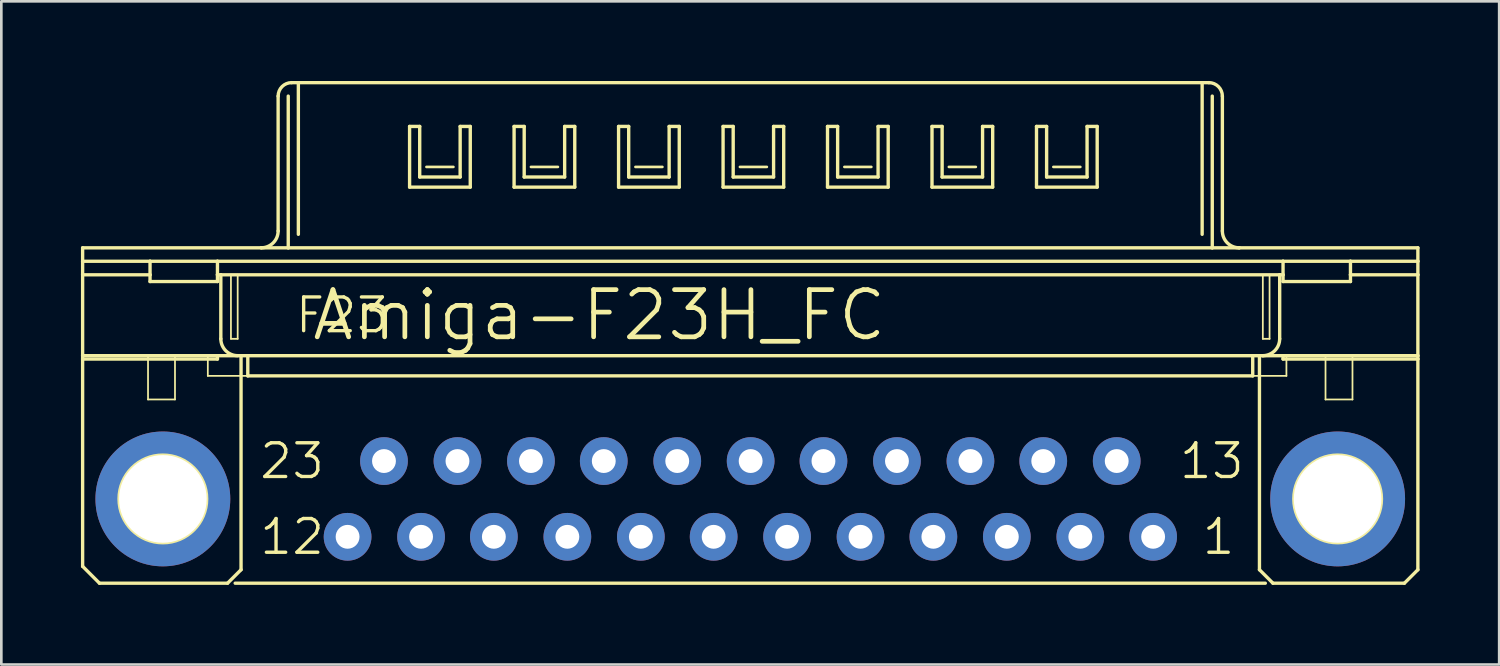
<source format=kicad_pcb>
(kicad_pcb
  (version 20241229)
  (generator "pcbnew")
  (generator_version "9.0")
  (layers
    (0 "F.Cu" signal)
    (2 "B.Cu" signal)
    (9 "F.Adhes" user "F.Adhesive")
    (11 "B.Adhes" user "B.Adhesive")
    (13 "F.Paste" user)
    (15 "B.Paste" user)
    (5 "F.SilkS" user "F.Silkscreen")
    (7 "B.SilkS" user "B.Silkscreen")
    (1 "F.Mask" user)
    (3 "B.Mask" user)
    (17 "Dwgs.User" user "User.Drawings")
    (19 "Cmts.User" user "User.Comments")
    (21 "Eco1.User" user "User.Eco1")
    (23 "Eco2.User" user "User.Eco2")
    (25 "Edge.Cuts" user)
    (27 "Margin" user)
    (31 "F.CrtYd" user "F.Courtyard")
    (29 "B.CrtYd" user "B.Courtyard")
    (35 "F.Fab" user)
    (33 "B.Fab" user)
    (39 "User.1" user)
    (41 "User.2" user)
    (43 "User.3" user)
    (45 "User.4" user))
  (footprint "Amiga-F23H_FC"
    (layer "F.Cu")
    (at 25.217 15.748)
    (property "Reference" "Amiga-F23H_FC" (at -5.69 -6.921 0) (layer "F.SilkS") (effects (font (size 1.778 1.778) (thickness 0.178))))
    (attr exclude_from_pos_files exclude_from_bom)
    (fp_line (start -25.154 -9.461) (end -18.423 -9.461) (stroke (width 0.127) (type solid)) (layer "F.SilkS"))
    (fp_line (start -25.154 -8.954) (end -25.154 -9.461) (stroke (width 0.127) (type solid)) (layer "F.SilkS"))
    (fp_line (start -25.154 -8.954) (end -22.614 -8.954) (stroke (width 0.127) (type solid)) (layer "F.SilkS"))
    (fp_line (start -25.154 -8.445) (end -25.154 -8.954) (stroke (width 0.127) (type solid)) (layer "F.SilkS"))
    (fp_line (start -25.154 -8.445) (end -22.614 -8.445) (stroke (width 0.127) (type solid)) (layer "F.SilkS"))
    (fp_line (start -25.154 -5.397) (end -25.154 -8.445) (stroke (width 0.127) (type solid)) (layer "F.SilkS"))
    (fp_line (start -25.154 -5.397) (end -25.154 -5.271) (stroke (width 0.127) (type solid)) (layer "F.SilkS"))
    (fp_line (start -25.154 -5.397) (end -20.074 -5.397) (stroke (width 0.127) (type solid)) (layer "F.SilkS"))
    (fp_line (start -25.154 -5.271) (end -20.074 -5.271) (stroke (width 0.127) (type solid)) (layer "F.SilkS"))
    (fp_line (start -25.154 2.54) (end -25.154 -5.271) (stroke (width 0.127) (type solid)) (layer "F.SilkS"))
    (fp_line (start -24.519 3.175) (end -25.154 2.54) (stroke (width 0.127) (type solid)) (layer "F.SilkS"))
    (fp_line (start -22.69 -5.397) (end -21.674 -5.397) (stroke (width 0.066) (type solid)) (layer "F.SilkS"))
    (fp_line (start -22.69 -3.747) (end -22.69 -5.397) (stroke (width 0.066) (type solid)) (layer "F.SilkS"))
    (fp_line (start -22.69 -3.747) (end -21.674 -3.747) (stroke (width 0.066) (type solid)) (layer "F.SilkS"))
    (fp_line (start -22.614 -8.954) (end -20.074 -8.954) (stroke (width 0.127) (type solid)) (layer "F.SilkS"))
    (fp_line (start -22.614 -8.445) (end -22.614 -8.954) (stroke (width 0.127) (type solid)) (layer "F.SilkS"))
    (fp_line (start -22.614 -8.445) (end -22.614 -8.191) (stroke (width 0.127) (type solid)) (layer "F.SilkS"))
    (fp_line (start -22.614 -8.191) (end -20.074 -8.191) (stroke (width 0.127) (type solid)) (layer "F.SilkS"))
    (fp_line (start -21.674 -3.747) (end -21.674 -5.397) (stroke (width 0.066) (type solid)) (layer "F.SilkS"))
    (fp_line (start -20.437 -5.397) (end 20.201 -5.397) (stroke (width 0.066) (type solid)) (layer "F.SilkS"))
    (fp_line (start -20.437 -4.636) (end -20.437 -5.397) (stroke (width 0.066) (type solid)) (layer "F.SilkS"))
    (fp_line (start -20.437 -4.636) (end 20.201 -4.636) (stroke (width 0.066) (type solid)) (layer "F.SilkS"))
    (fp_line (start -20.074 -8.954) (end 20.074 -8.954) (stroke (width 0.127) (type solid)) (layer "F.SilkS"))
    (fp_line (start -20.074 -8.445) (end -20.074 -8.954) (stroke (width 0.127) (type solid)) (layer "F.SilkS"))
    (fp_line (start -20.074 -8.445) (end -19.947 -8.445) (stroke (width 0.127) (type solid)) (layer "F.SilkS"))
    (fp_line (start -20.074 -8.191) (end -20.074 -8.445) (stroke (width 0.127) (type solid)) (layer "F.SilkS"))
    (fp_line (start -20.074 -5.397) (end -19.185 -5.397) (stroke (width 0.127) (type solid)) (layer "F.SilkS"))
    (fp_line (start -20.074 -5.271) (end -20.074 -5.397) (stroke (width 0.127) (type solid)) (layer "F.SilkS"))
    (fp_line (start -19.947 -8.445) (end 19.947 -8.445) (stroke (width 0.127) (type solid)) (layer "F.SilkS"))
    (fp_line (start -19.947 -6.032) (end -19.947 -8.445) (stroke (width 0.127) (type solid)) (layer "F.SilkS"))
    (fp_line (start -19.693 3.175) (end -24.519 3.175) (stroke (width 0.127) (type solid)) (layer "F.SilkS"))
    (fp_line (start -19.693 3.175) (end -19.185 2.667) (stroke (width 0.127) (type solid)) (layer "F.SilkS"))
    (fp_line (start -19.566 -8.445) (end -19.312 -8.445) (stroke (width 0.066) (type solid)) (layer "F.SilkS"))
    (fp_line (start -19.566 -6.032) (end -19.566 -8.445) (stroke (width 0.066) (type solid)) (layer "F.SilkS"))
    (fp_line (start -19.566 -6.032) (end -19.312 -6.032) (stroke (width 0.066) (type solid)) (layer "F.SilkS"))
    (fp_line (start -19.406 3.175) (end 19.406 3.175) (stroke (width 0.127) (type solid)) (layer "F.SilkS"))
    (fp_line (start -19.312 -6.032) (end -19.312 -8.445) (stroke (width 0.066) (type solid)) (layer "F.SilkS"))
    (fp_line (start -19.185 -5.397) (end -18.931 -5.397) (stroke (width 0.127) (type solid)) (layer "F.SilkS"))
    (fp_line (start -19.185 2.667) (end -19.185 -5.397) (stroke (width 0.127) (type solid)) (layer "F.SilkS"))
    (fp_line (start -18.931 -5.397) (end -18.931 -4.636) (stroke (width 0.127) (type solid)) (layer "F.SilkS"))
    (fp_line (start -18.931 -5.397) (end 18.931 -5.397) (stroke (width 0.127) (type solid)) (layer "F.SilkS"))
    (fp_line (start -18.931 -4.636) (end 18.931 -4.636) (stroke (width 0.127) (type solid)) (layer "F.SilkS"))
    (fp_line (start -18.423 -9.461) (end -17.407 -9.461) (stroke (width 0.127) (type solid)) (layer "F.SilkS"))
    (fp_line (start -17.788 -10.097) (end -17.788 -15.177) (stroke (width 0.127) (type solid)) (layer "F.SilkS"))
    (fp_line (start -17.407 -9.461) (end -17.407 -15.177) (stroke (width 0.127) (type solid)) (layer "F.SilkS"))
    (fp_line (start -17.407 -9.461) (end 17.407 -9.461) (stroke (width 0.127) (type solid)) (layer "F.SilkS"))
    (fp_line (start -17.28 -15.684) (end -17.026 -15.684) (stroke (width 0.127) (type solid)) (layer "F.SilkS"))
    (fp_line (start -17.026 -15.684) (end 17.026 -15.684) (stroke (width 0.127) (type solid)) (layer "F.SilkS"))
    (fp_line (start -17.026 -9.97) (end -17.026 -15.684) (stroke (width 0.127) (type solid)) (layer "F.SilkS"))
    (fp_line (start -12.835 -14.034) (end -12.454 -14.034) (stroke (width 0.127) (type solid)) (layer "F.SilkS"))
    (fp_line (start -12.835 -11.748) (end -12.835 -14.034) (stroke (width 0.127) (type solid)) (layer "F.SilkS"))
    (fp_line (start -12.454 -14.034) (end -12.454 -12.129) (stroke (width 0.127) (type solid)) (layer "F.SilkS"))
    (fp_line (start -12.454 -12.129) (end -10.93 -12.129) (stroke (width 0.127) (type solid)) (layer "F.SilkS"))
    (fp_line (start -11.184 -12.509) (end -12.2 -12.509) (stroke (width 0.1) (type solid)) (layer "F.SilkS"))
    (fp_line (start -10.93 -14.034) (end -10.549 -14.034) (stroke (width 0.127) (type solid)) (layer "F.SilkS"))
    (fp_line (start -10.93 -12.129) (end -10.93 -14.034) (stroke (width 0.127) (type solid)) (layer "F.SilkS"))
    (fp_line (start -10.549 -14.034) (end -10.549 -11.748) (stroke (width 0.127) (type solid)) (layer "F.SilkS"))
    (fp_line (start -10.549 -11.748) (end -12.835 -11.748) (stroke (width 0.127) (type solid)) (layer "F.SilkS"))
    (fp_line (start -8.898 -14.034) (end -8.517 -14.034) (stroke (width 0.127) (type solid)) (layer "F.SilkS"))
    (fp_line (start -8.898 -11.748) (end -8.898 -14.034) (stroke (width 0.127) (type solid)) (layer "F.SilkS"))
    (fp_line (start -8.517 -14.034) (end -8.517 -12.129) (stroke (width 0.127) (type solid)) (layer "F.SilkS"))
    (fp_line (start -8.517 -12.129) (end -6.993 -12.129) (stroke (width 0.127) (type solid)) (layer "F.SilkS"))
    (fp_line (start -7.247 -12.509) (end -8.263 -12.509) (stroke (width 0.1) (type solid)) (layer "F.SilkS"))
    (fp_line (start -6.993 -14.034) (end -6.612 -14.034) (stroke (width 0.127) (type solid)) (layer "F.SilkS"))
    (fp_line (start -6.993 -12.129) (end -6.993 -14.034) (stroke (width 0.127) (type solid)) (layer "F.SilkS"))
    (fp_line (start -6.612 -14.034) (end -6.612 -11.748) (stroke (width 0.127) (type solid)) (layer "F.SilkS"))
    (fp_line (start -6.612 -11.748) (end -8.898 -11.748) (stroke (width 0.127) (type solid)) (layer "F.SilkS"))
    (fp_line (start -4.961 -14.034) (end -4.58 -14.034) (stroke (width 0.127) (type solid)) (layer "F.SilkS"))
    (fp_line (start -4.961 -11.748) (end -4.961 -14.034) (stroke (width 0.127) (type solid)) (layer "F.SilkS"))
    (fp_line (start -4.58 -14.034) (end -4.58 -12.129) (stroke (width 0.127) (type solid)) (layer "F.SilkS"))
    (fp_line (start -4.58 -12.129) (end -3.056 -12.129) (stroke (width 0.127) (type solid)) (layer "F.SilkS"))
    (fp_line (start -3.31 -12.509) (end -4.326 -12.509) (stroke (width 0.1) (type solid)) (layer "F.SilkS"))
    (fp_line (start -3.056 -14.034) (end -2.675 -14.034) (stroke (width 0.127) (type solid)) (layer "F.SilkS"))
    (fp_line (start -3.056 -12.129) (end -3.056 -14.034) (stroke (width 0.127) (type solid)) (layer "F.SilkS"))
    (fp_line (start -2.675 -14.034) (end -2.675 -11.748) (stroke (width 0.127) (type solid)) (layer "F.SilkS"))
    (fp_line (start -2.675 -11.748) (end -4.961 -11.748) (stroke (width 0.127) (type solid)) (layer "F.SilkS"))
    (fp_line (start -1.024 -14.034) (end -0.643 -14.034) (stroke (width 0.127) (type solid)) (layer "F.SilkS"))
    (fp_line (start -1.024 -11.748) (end -1.024 -14.034) (stroke (width 0.127) (type solid)) (layer "F.SilkS"))
    (fp_line (start -0.643 -14.034) (end -0.643 -12.129) (stroke (width 0.127) (type solid)) (layer "F.SilkS"))
    (fp_line (start -0.643 -12.129) (end 0.879 -12.129) (stroke (width 0.127) (type solid)) (layer "F.SilkS"))
    (fp_line (start 0.625 -12.509) (end -0.389 -12.509) (stroke (width 0.1) (type solid)) (layer "F.SilkS"))
    (fp_line (start 0.879 -14.034) (end 1.26 -14.034) (stroke (width 0.127) (type solid)) (layer "F.SilkS"))
    (fp_line (start 0.879 -12.129) (end 0.879 -14.034) (stroke (width 0.127) (type solid)) (layer "F.SilkS"))
    (fp_line (start 1.26 -14.034) (end 1.26 -11.748) (stroke (width 0.127) (type solid)) (layer "F.SilkS"))
    (fp_line (start 1.26 -11.748) (end -1.024 -11.748) (stroke (width 0.127) (type solid)) (layer "F.SilkS"))
    (fp_line (start 2.911 -14.034) (end 3.292 -14.034) (stroke (width 0.127) (type solid)) (layer "F.SilkS"))
    (fp_line (start 2.911 -11.748) (end 2.911 -14.034) (stroke (width 0.127) (type solid)) (layer "F.SilkS"))
    (fp_line (start 3.292 -14.034) (end 3.292 -12.129) (stroke (width 0.127) (type solid)) (layer "F.SilkS"))
    (fp_line (start 3.292 -12.129) (end 4.816 -12.129) (stroke (width 0.127) (type solid)) (layer "F.SilkS"))
    (fp_line (start 4.562 -12.509) (end 3.546 -12.509) (stroke (width 0.1) (type solid)) (layer "F.SilkS"))
    (fp_line (start 4.816 -14.034) (end 5.197 -14.034) (stroke (width 0.127) (type solid)) (layer "F.SilkS"))
    (fp_line (start 4.816 -12.129) (end 4.816 -14.034) (stroke (width 0.127) (type solid)) (layer "F.SilkS"))
    (fp_line (start 5.197 -14.034) (end 5.197 -11.748) (stroke (width 0.127) (type solid)) (layer "F.SilkS"))
    (fp_line (start 5.197 -11.748) (end 2.911 -11.748) (stroke (width 0.127) (type solid)) (layer "F.SilkS"))
    (fp_line (start 6.848 -14.034) (end 7.229 -14.034) (stroke (width 0.127) (type solid)) (layer "F.SilkS"))
    (fp_line (start 6.848 -11.748) (end 6.848 -14.034) (stroke (width 0.127) (type solid)) (layer "F.SilkS"))
    (fp_line (start 7.229 -14.034) (end 7.229 -12.129) (stroke (width 0.127) (type solid)) (layer "F.SilkS"))
    (fp_line (start 7.229 -12.129) (end 8.753 -12.129) (stroke (width 0.127) (type solid)) (layer "F.SilkS"))
    (fp_line (start 8.499 -12.509) (end 7.483 -12.509) (stroke (width 0.1) (type solid)) (layer "F.SilkS"))
    (fp_line (start 8.753 -14.034) (end 9.134 -14.034) (stroke (width 0.127) (type solid)) (layer "F.SilkS"))
    (fp_line (start 8.753 -12.129) (end 8.753 -14.034) (stroke (width 0.127) (type solid)) (layer "F.SilkS"))
    (fp_line (start 9.134 -14.034) (end 9.134 -11.748) (stroke (width 0.127) (type solid)) (layer "F.SilkS"))
    (fp_line (start 9.134 -11.748) (end 6.848 -11.748) (stroke (width 0.127) (type solid)) (layer "F.SilkS"))
    (fp_line (start 10.785 -14.034) (end 11.166 -14.034) (stroke (width 0.127) (type solid)) (layer "F.SilkS"))
    (fp_line (start 10.785 -11.748) (end 10.785 -14.034) (stroke (width 0.127) (type solid)) (layer "F.SilkS"))
    (fp_line (start 11.166 -14.034) (end 11.166 -12.129) (stroke (width 0.127) (type solid)) (layer "F.SilkS"))
    (fp_line (start 11.166 -12.129) (end 12.69 -12.129) (stroke (width 0.127) (type solid)) (layer "F.SilkS"))
    (fp_line (start 12.436 -12.509) (end 11.42 -12.509) (stroke (width 0.1) (type solid)) (layer "F.SilkS"))
    (fp_line (start 12.69 -14.034) (end 13.071 -14.034) (stroke (width 0.127) (type solid)) (layer "F.SilkS"))
    (fp_line (start 12.69 -12.129) (end 12.69 -14.034) (stroke (width 0.127) (type solid)) (layer "F.SilkS"))
    (fp_line (start 13.071 -14.034) (end 13.071 -11.748) (stroke (width 0.127) (type solid)) (layer "F.SilkS"))
    (fp_line (start 13.071 -11.748) (end 10.785 -11.748) (stroke (width 0.127) (type solid)) (layer "F.SilkS"))
    (fp_line (start 17.026 -15.684) (end 17.28 -15.684) (stroke (width 0.127) (type solid)) (layer "F.SilkS"))
    (fp_line (start 17.026 -9.97) (end 17.026 -15.684) (stroke (width 0.127) (type solid)) (layer "F.SilkS"))
    (fp_line (start 17.407 -9.461) (end 17.407 -15.177) (stroke (width 0.127) (type solid)) (layer "F.SilkS"))
    (fp_line (start 17.407 -9.461) (end 18.423 -9.461) (stroke (width 0.127) (type solid)) (layer "F.SilkS"))
    (fp_line (start 17.788 -10.097) (end 17.788 -15.177) (stroke (width 0.127) (type solid)) (layer "F.SilkS"))
    (fp_line (start 18.423 -9.461) (end 25.154 -9.461) (stroke (width 0.127) (type solid)) (layer "F.SilkS"))
    (fp_line (start 18.931 -5.397) (end 18.931 -4.636) (stroke (width 0.127) (type solid)) (layer "F.SilkS"))
    (fp_line (start 18.931 -5.397) (end 19.185 -5.397) (stroke (width 0.127) (type solid)) (layer "F.SilkS"))
    (fp_line (start 19.185 -5.397) (end 19.312 -5.397) (stroke (width 0.127) (type solid)) (layer "F.SilkS"))
    (fp_line (start 19.185 2.667) (end 19.185 -5.397) (stroke (width 0.127) (type solid)) (layer "F.SilkS"))
    (fp_line (start 19.185 2.667) (end 19.693 3.175) (stroke (width 0.127) (type solid)) (layer "F.SilkS"))
    (fp_line (start 19.312 -8.445) (end 19.566 -8.445) (stroke (width 0.066) (type solid)) (layer "F.SilkS"))
    (fp_line (start 19.312 -6.032) (end 19.312 -8.445) (stroke (width 0.066) (type solid)) (layer "F.SilkS"))
    (fp_line (start 19.312 -6.032) (end 19.566 -6.032) (stroke (width 0.066) (type solid)) (layer "F.SilkS"))
    (fp_line (start 19.312 -5.397) (end 20.074 -5.397) (stroke (width 0.127) (type solid)) (layer "F.SilkS"))
    (fp_line (start 19.566 -6.032) (end 19.566 -8.445) (stroke (width 0.066) (type solid)) (layer "F.SilkS"))
    (fp_line (start 19.693 3.175) (end 24.646 3.175) (stroke (width 0.127) (type solid)) (layer "F.SilkS"))
    (fp_line (start 19.947 -8.445) (end 20.074 -8.445) (stroke (width 0.127) (type solid)) (layer "F.SilkS"))
    (fp_line (start 19.947 -6.032) (end 19.947 -8.445) (stroke (width 0.127) (type solid)) (layer "F.SilkS"))
    (fp_line (start 20.074 -8.954) (end 22.614 -8.954) (stroke (width 0.127) (type solid)) (layer "F.SilkS"))
    (fp_line (start 20.074 -8.445) (end 20.074 -8.954) (stroke (width 0.127) (type solid)) (layer "F.SilkS"))
    (fp_line (start 20.074 -8.191) (end 20.074 -8.445) (stroke (width 0.127) (type solid)) (layer "F.SilkS"))
    (fp_line (start 20.074 -8.191) (end 22.614 -8.191) (stroke (width 0.127) (type solid)) (layer "F.SilkS"))
    (fp_line (start 20.074 -5.397) (end 25.154 -5.397) (stroke (width 0.127) (type solid)) (layer "F.SilkS"))
    (fp_line (start 20.074 -5.271) (end 20.074 -5.397) (stroke (width 0.127) (type solid)) (layer "F.SilkS"))
    (fp_line (start 20.074 -5.271) (end 25.154 -5.271) (stroke (width 0.127) (type solid)) (layer "F.SilkS"))
    (fp_line (start 20.201 -4.636) (end 20.201 -5.397) (stroke (width 0.066) (type solid)) (layer "F.SilkS"))
    (fp_line (start 21.674 -5.397) (end 22.69 -5.397) (stroke (width 0.066) (type solid)) (layer "F.SilkS"))
    (fp_line (start 21.674 -3.747) (end 21.674 -5.397) (stroke (width 0.066) (type solid)) (layer "F.SilkS"))
    (fp_line (start 21.674 -3.747) (end 22.69 -3.747) (stroke (width 0.066) (type solid)) (layer "F.SilkS"))
    (fp_line (start 22.614 -8.954) (end 25.154 -8.954) (stroke (width 0.127) (type solid)) (layer "F.SilkS"))
    (fp_line (start 22.614 -8.445) (end 22.614 -8.954) (stroke (width 0.127) (type solid)) (layer "F.SilkS"))
    (fp_line (start 22.614 -8.445) (end 22.614 -8.191) (stroke (width 0.127) (type solid)) (layer "F.SilkS"))
    (fp_line (start 22.614 -8.445) (end 25.154 -8.445) (stroke (width 0.127) (type solid)) (layer "F.SilkS"))
    (fp_line (start 22.69 -3.747) (end 22.69 -5.397) (stroke (width 0.066) (type solid)) (layer "F.SilkS"))
    (fp_line (start 24.646 3.175) (end 25.154 2.667) (stroke (width 0.127) (type solid)) (layer "F.SilkS"))
    (fp_line (start 25.154 -9.461) (end 25.154 -8.954) (stroke (width 0.127) (type solid)) (layer "F.SilkS"))
    (fp_line (start 25.154 -8.954) (end 25.154 -8.445) (stroke (width 0.127) (type solid)) (layer "F.SilkS"))
    (fp_line (start 25.154 -8.445) (end 25.154 -5.397) (stroke (width 0.127) (type solid)) (layer "F.SilkS"))
    (fp_line (start 25.154 -5.397) (end 25.154 -5.271) (stroke (width 0.127) (type solid)) (layer "F.SilkS"))
    (fp_line (start 25.154 2.667) (end 25.154 -5.271) (stroke (width 0.127) (type solid)) (layer "F.SilkS"))
    (fp_arc (start -19.31162 -5.3975) (mid -19.760633 -5.583487) (end -19.94662 -6.0325) (stroke (width 0.127) (type solid)) (layer "F.SilkS"))
    (fp_arc (start -17.78762 -15.1765) (mid -17.63883 -15.53571) (end -17.27962 -15.6845) (stroke (width 0.127) (type solid)) (layer "F.SilkS"))
    (fp_arc (start -17.78762 -10.0965) (mid -17.973607 -9.647487) (end -18.42262 -9.4615) (stroke (width 0.127) (type solid)) (layer "F.SilkS"))
    (fp_arc (start 17.27962 -15.6845) (mid 17.63883 -15.53571) (end 17.78762 -15.1765) (stroke (width 0.127) (type solid)) (layer "F.SilkS"))
    (fp_arc (start 18.42262 -9.4615) (mid 17.973607 -9.647487) (end 17.78762 -10.0965) (stroke (width 0.127) (type solid)) (layer "F.SilkS"))
    (fp_arc (start 19.94662 -6.0325) (mid 19.760633 -5.583487) (end 19.31162 -5.3975) (stroke (width 0.127) (type solid)) (layer "F.SilkS"))
    (fp_circle (center -22.131 0) (end -22.131 -1.651) (stroke (width 0.127) (type solid)) (fill no) (layer "F.SilkS"))
    (fp_circle (center 22.131 0) (end 22.131 -1.651) (stroke (width 0.127) (type solid)) (fill no) (layer "F.SilkS"))
    (fp_text user "12" (at -17.262 1.427 0) (layer "F.SilkS") (effects (font (size 1.27 1.27) (thickness 0.127))))
    (fp_text user "13" (at 17.389 -1.427 0) (layer "F.SilkS") (effects (font (size 1.27 1.27) (thickness 0.127))))
    (fp_text user "23" (at -17.262 -1.427 0) (layer "F.SilkS") (effects (font (size 1.27 1.27) (thickness 0.127))))
    (fp_text user "F23" (at -15.375 -6.921 0) (layer "F.SilkS") (effects (font (size 1.27 1.27) (thickness 0.127))))
    (fp_text user "1" (at 17.643 1.427 0) (layer "F.SilkS") (effects (font (size 1.27 1.27) (thickness 0.127))))
    (pad "1" thru_hole circle (at -15.171 1.427) (size 1.798 1.798) (drill 0.899) (layers "*.Cu" "*.Paste" "*.Mask"))
    (pad "2" thru_hole circle (at -12.403 1.427) (size 1.798 1.798) (drill 0.899) (layers "*.Cu" "*.Paste" "*.Mask"))
    (pad "3" thru_hole circle (at -9.66 1.427) (size 1.798 1.798) (drill 0.899) (layers "*.Cu" "*.Paste" "*.Mask"))
    (pad "4" thru_hole circle (at -6.891 1.427) (size 1.798 1.798) (drill 0.899) (layers "*.Cu" "*.Paste" "*.Mask"))
    (pad "5" thru_hole circle (at -4.122 1.427) (size 1.798 1.798) (drill 0.899) (layers "*.Cu" "*.Paste" "*.Mask"))
    (pad "6" thru_hole circle (at -1.379 1.427) (size 1.798 1.798) (drill 0.899) (layers "*.Cu" "*.Paste" "*.Mask"))
    (pad "7" thru_hole circle (at 1.387 1.427) (size 1.798 1.798) (drill 0.899) (layers "*.Cu" "*.Paste" "*.Mask"))
    (pad "8" thru_hole circle (at 4.155 1.427) (size 1.798 1.798) (drill 0.899) (layers "*.Cu" "*.Paste" "*.Mask"))
    (pad "9" thru_hole circle (at 6.899 1.427) (size 1.798 1.798) (drill 0.899) (layers "*.Cu" "*.Paste" "*.Mask"))
    (pad "10" thru_hole circle (at 9.667 1.427) (size 1.798 1.798) (drill 0.899) (layers "*.Cu" "*.Paste" "*.Mask"))
    (pad "11" thru_hole circle (at 12.436 1.427) (size 1.798 1.798) (drill 0.899) (layers "*.Cu" "*.Paste" "*.Mask"))
    (pad "12" thru_hole circle (at 15.179 1.427) (size 1.798 1.798) (drill 0.899) (layers "*.Cu" "*.Paste" "*.Mask"))
    (pad "13" thru_hole circle (at -13.8 -1.427) (size 1.798 1.798) (drill 0.899) (layers "*.Cu" "*.Paste" "*.Mask"))
    (pad "14" thru_hole circle (at -11.031 -1.427) (size 1.798 1.798) (drill 0.899) (layers "*.Cu" "*.Paste" "*.Mask"))
    (pad "15" thru_hole circle (at -8.263 -1.427) (size 1.798 1.798) (drill 0.899) (layers "*.Cu" "*.Paste" "*.Mask"))
    (pad "16" thru_hole circle (at -5.519 -1.427) (size 1.798 1.798) (drill 0.899) (layers "*.Cu" "*.Paste" "*.Mask"))
    (pad "17" thru_hole circle (at -2.751 -1.427) (size 1.798 1.798) (drill 0.899) (layers "*.Cu" "*.Paste" "*.Mask"))
    (pad "18" thru_hole circle (at 0.015 -1.427) (size 1.798 1.798) (drill 0.899) (layers "*.Cu" "*.Paste" "*.Mask"))
    (pad "19" thru_hole circle (at 2.758 -1.427) (size 1.798 1.798) (drill 0.899) (layers "*.Cu" "*.Paste" "*.Mask"))
    (pad "20" thru_hole circle (at 5.527 -1.427) (size 1.798 1.798) (drill 0.899) (layers "*.Cu" "*.Paste" "*.Mask"))
    (pad "21" thru_hole circle (at 8.296 -1.427) (size 1.798 1.798) (drill 0.899) (layers "*.Cu" "*.Paste" "*.Mask"))
    (pad "22" thru_hole circle (at 11.039 -1.427) (size 1.798 1.798) (drill 0.899) (layers "*.Cu" "*.Paste" "*.Mask"))
    (pad "23" thru_hole circle (at 13.807 -1.427) (size 1.798 1.798) (drill 0.899) (layers "*.Cu" "*.Paste" "*.Mask"))
    (pad "G1" thru_hole circle (at -22.131 0) (size 5.08 5.08) (drill 3.302) (layers "*.Cu" "*.Paste" "*.Mask"))
    (pad "G2" thru_hole circle (at 22.131 0) (size 5.08 5.08) (drill 3.302) (layers "*.Cu" "*.Paste" "*.Mask")))
  (gr_rect
    (start -3 -3)
    (end 53.434 21.986)
    (stroke (width 0.1) (type default))
    (fill no)
    (layer "Edge.Cuts")))
</source>
